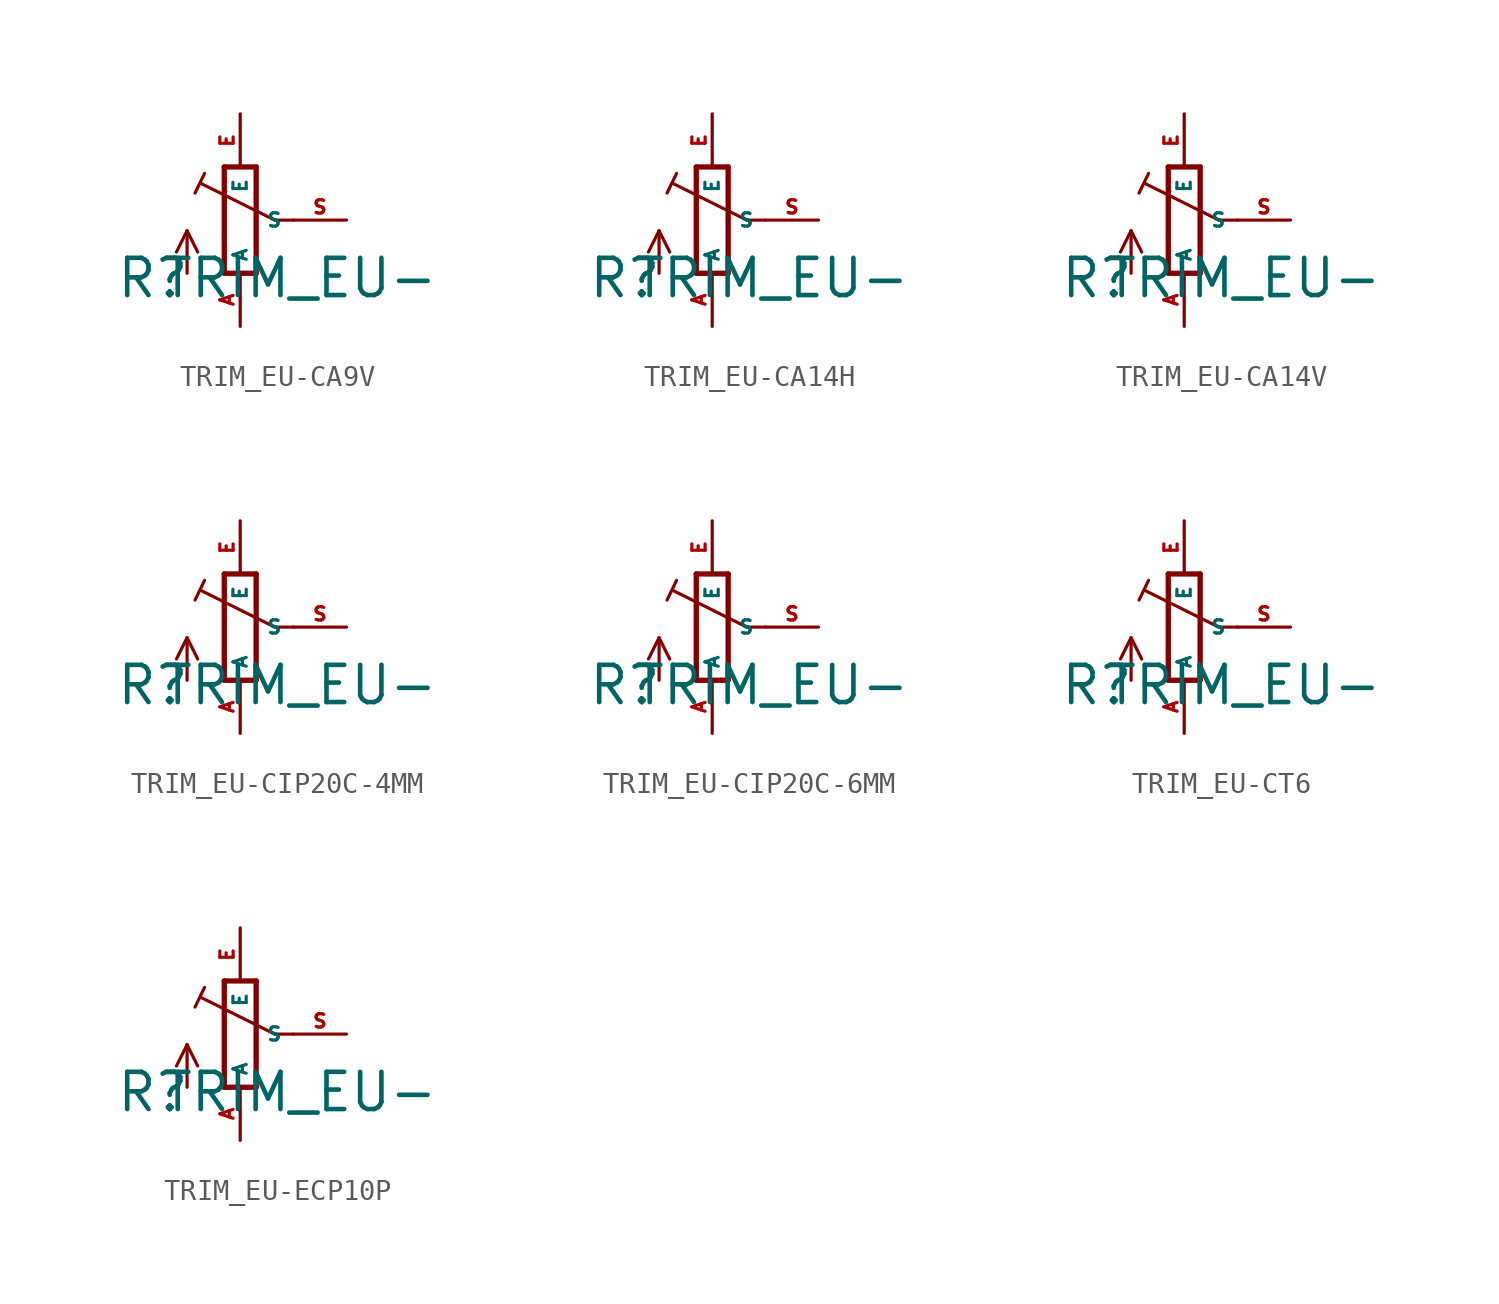
<source format=kicad_sym>
(kicad_symbol_lib
  (version 20220914)
  (generator Eagle2Kicad)
  (symbol "TRIM_EU-CA9V"
    (property "Reference" "R"
      (at -5.969 -3.81 0)
      (effects (font (size 1.778 1.778) (thickness 0.22)) (justify left bottom)))
    (property "Value" "TRIM_EU-"
      (at -3.81 -3.81 0)
      (effects (font (size 1.778 1.778) (thickness 0.22)) (justify left bottom)))
    (polyline
      (pts (xy -0.762 2.54) (xy -0.762 -2.54))
      (stroke (width 0.254) (type default))
      (fill (type none)))
    (polyline
      (pts (xy 0.762 -2.54) (xy 0.762 2.54))
      (stroke (width 0.254) (type default))
      (fill (type none)))
    (polyline
      (pts (xy 2.54 0) (xy 1.651 0))
      (stroke (width 0.152) (type default))
      (fill (type none)))
    (polyline
      (pts (xy 1.651 0) (xy -1.88 1.753))
      (stroke (width 0.152) (type default))
      (fill (type none)))
    (polyline
      (pts (xy 0.762 2.54) (xy -0.762 2.54))
      (stroke (width 0.254) (type default))
      (fill (type none)))
    (polyline
      (pts (xy -0.762 -2.54) (xy 0.762 -2.54))
      (stroke (width 0.254) (type default))
      (fill (type none)))
    (polyline
      (pts (xy -2.54 -2.54) (xy -2.54 -0.508))
      (stroke (width 0.152) (type default))
      (fill (type none)))
    (polyline
      (pts (xy -2.54 -0.508) (xy -3.048 -1.524))
      (stroke (width 0.152) (type default))
      (fill (type none)))
    (polyline
      (pts (xy -2.54 -0.508) (xy -2.032 -1.524))
      (stroke (width 0.152) (type default))
      (fill (type none)))
    (polyline
      (pts (xy -2.16 1.294) (xy -1.702 2.235))
      (stroke (width 0.152) (type default))
      (fill (type none)))
    (pin passive line
      (at 0 -5.08 90)
      (length 2.54)
      (name "A" (effects (font (size 0.635 0.635) (thickness 0.08)) (justify left bottom)))
      (number "A" (effects (font (size 0.635 0.635) (thickness 0.08)) (justify left bottom))))
    (pin passive line
      (at 0 5.08 270)
      (length 2.54)
      (name "E" (effects (font (size 0.635 0.635) (thickness 0.08)) (justify left bottom)))
      (number "E" (effects (font (size 0.635 0.635) (thickness 0.08)) (justify left bottom))))
    (pin passive line
      (at 5.08 0 180)
      (length 2.54)
      (name "S" (effects (font (size 0.635 0.635) (thickness 0.08)) (justify left bottom)))
      (number "S" (effects (font (size 0.635 0.635) (thickness 0.08)) (justify left bottom)))))
  (symbol "TRIM_EU-CA14H"
    (property "Reference" "R"
      (at -5.969 -3.81 0)
      (effects (font (size 1.778 1.778) (thickness 0.22)) (justify left bottom)))
    (property "Value" "TRIM_EU-"
      (at -3.81 -3.81 0)
      (effects (font (size 1.778 1.778) (thickness 0.22)) (justify left bottom)))
    (polyline
      (pts (xy -0.762 2.54) (xy -0.762 -2.54))
      (stroke (width 0.254) (type default))
      (fill (type none)))
    (polyline
      (pts (xy 0.762 -2.54) (xy 0.762 2.54))
      (stroke (width 0.254) (type default))
      (fill (type none)))
    (polyline
      (pts (xy 2.54 0) (xy 1.651 0))
      (stroke (width 0.152) (type default))
      (fill (type none)))
    (polyline
      (pts (xy 1.651 0) (xy -1.88 1.753))
      (stroke (width 0.152) (type default))
      (fill (type none)))
    (polyline
      (pts (xy 0.762 2.54) (xy -0.762 2.54))
      (stroke (width 0.254) (type default))
      (fill (type none)))
    (polyline
      (pts (xy -0.762 -2.54) (xy 0.762 -2.54))
      (stroke (width 0.254) (type default))
      (fill (type none)))
    (polyline
      (pts (xy -2.54 -2.54) (xy -2.54 -0.508))
      (stroke (width 0.152) (type default))
      (fill (type none)))
    (polyline
      (pts (xy -2.54 -0.508) (xy -3.048 -1.524))
      (stroke (width 0.152) (type default))
      (fill (type none)))
    (polyline
      (pts (xy -2.54 -0.508) (xy -2.032 -1.524))
      (stroke (width 0.152) (type default))
      (fill (type none)))
    (polyline
      (pts (xy -2.16 1.294) (xy -1.702 2.235))
      (stroke (width 0.152) (type default))
      (fill (type none)))
    (pin passive line
      (at 0 -5.08 90)
      (length 2.54)
      (name "A" (effects (font (size 0.635 0.635) (thickness 0.08)) (justify left bottom)))
      (number "A" (effects (font (size 0.635 0.635) (thickness 0.08)) (justify left bottom))))
    (pin passive line
      (at 0 5.08 270)
      (length 2.54)
      (name "E" (effects (font (size 0.635 0.635) (thickness 0.08)) (justify left bottom)))
      (number "E" (effects (font (size 0.635 0.635) (thickness 0.08)) (justify left bottom))))
    (pin passive line
      (at 5.08 0 180)
      (length 2.54)
      (name "S" (effects (font (size 0.635 0.635) (thickness 0.08)) (justify left bottom)))
      (number "S" (effects (font (size 0.635 0.635) (thickness 0.08)) (justify left bottom)))))
  (symbol "TRIM_EU-CA14V"
    (property "Reference" "R"
      (at -5.969 -3.81 0)
      (effects (font (size 1.778 1.778) (thickness 0.22)) (justify left bottom)))
    (property "Value" "TRIM_EU-"
      (at -3.81 -3.81 0)
      (effects (font (size 1.778 1.778) (thickness 0.22)) (justify left bottom)))
    (polyline
      (pts (xy -0.762 2.54) (xy -0.762 -2.54))
      (stroke (width 0.254) (type default))
      (fill (type none)))
    (polyline
      (pts (xy 0.762 -2.54) (xy 0.762 2.54))
      (stroke (width 0.254) (type default))
      (fill (type none)))
    (polyline
      (pts (xy 2.54 0) (xy 1.651 0))
      (stroke (width 0.152) (type default))
      (fill (type none)))
    (polyline
      (pts (xy 1.651 0) (xy -1.88 1.753))
      (stroke (width 0.152) (type default))
      (fill (type none)))
    (polyline
      (pts (xy 0.762 2.54) (xy -0.762 2.54))
      (stroke (width 0.254) (type default))
      (fill (type none)))
    (polyline
      (pts (xy -0.762 -2.54) (xy 0.762 -2.54))
      (stroke (width 0.254) (type default))
      (fill (type none)))
    (polyline
      (pts (xy -2.54 -2.54) (xy -2.54 -0.508))
      (stroke (width 0.152) (type default))
      (fill (type none)))
    (polyline
      (pts (xy -2.54 -0.508) (xy -3.048 -1.524))
      (stroke (width 0.152) (type default))
      (fill (type none)))
    (polyline
      (pts (xy -2.54 -0.508) (xy -2.032 -1.524))
      (stroke (width 0.152) (type default))
      (fill (type none)))
    (polyline
      (pts (xy -2.16 1.294) (xy -1.702 2.235))
      (stroke (width 0.152) (type default))
      (fill (type none)))
    (pin passive line
      (at 0 -5.08 90)
      (length 2.54)
      (name "A" (effects (font (size 0.635 0.635) (thickness 0.08)) (justify left bottom)))
      (number "A" (effects (font (size 0.635 0.635) (thickness 0.08)) (justify left bottom))))
    (pin passive line
      (at 0 5.08 270)
      (length 2.54)
      (name "E" (effects (font (size 0.635 0.635) (thickness 0.08)) (justify left bottom)))
      (number "E" (effects (font (size 0.635 0.635) (thickness 0.08)) (justify left bottom))))
    (pin passive line
      (at 5.08 0 180)
      (length 2.54)
      (name "S" (effects (font (size 0.635 0.635) (thickness 0.08)) (justify left bottom)))
      (number "S" (effects (font (size 0.635 0.635) (thickness 0.08)) (justify left bottom)))))
  (symbol "TRIM_EU-CIP20C-4MM"
    (property "Reference" "R"
      (at -5.969 -3.81 0)
      (effects (font (size 1.778 1.778) (thickness 0.22)) (justify left bottom)))
    (property "Value" "TRIM_EU-"
      (at -3.81 -3.81 0)
      (effects (font (size 1.778 1.778) (thickness 0.22)) (justify left bottom)))
    (polyline
      (pts (xy -0.762 2.54) (xy -0.762 -2.54))
      (stroke (width 0.254) (type default))
      (fill (type none)))
    (polyline
      (pts (xy 0.762 -2.54) (xy 0.762 2.54))
      (stroke (width 0.254) (type default))
      (fill (type none)))
    (polyline
      (pts (xy 2.54 0) (xy 1.651 0))
      (stroke (width 0.152) (type default))
      (fill (type none)))
    (polyline
      (pts (xy 1.651 0) (xy -1.88 1.753))
      (stroke (width 0.152) (type default))
      (fill (type none)))
    (polyline
      (pts (xy 0.762 2.54) (xy -0.762 2.54))
      (stroke (width 0.254) (type default))
      (fill (type none)))
    (polyline
      (pts (xy -0.762 -2.54) (xy 0.762 -2.54))
      (stroke (width 0.254) (type default))
      (fill (type none)))
    (polyline
      (pts (xy -2.54 -2.54) (xy -2.54 -0.508))
      (stroke (width 0.152) (type default))
      (fill (type none)))
    (polyline
      (pts (xy -2.54 -0.508) (xy -3.048 -1.524))
      (stroke (width 0.152) (type default))
      (fill (type none)))
    (polyline
      (pts (xy -2.54 -0.508) (xy -2.032 -1.524))
      (stroke (width 0.152) (type default))
      (fill (type none)))
    (polyline
      (pts (xy -2.16 1.294) (xy -1.702 2.235))
      (stroke (width 0.152) (type default))
      (fill (type none)))
    (pin passive line
      (at 0 -5.08 90)
      (length 2.54)
      (name "A" (effects (font (size 0.635 0.635) (thickness 0.08)) (justify left bottom)))
      (number "A" (effects (font (size 0.635 0.635) (thickness 0.08)) (justify left bottom))))
    (pin passive line
      (at 0 5.08 270)
      (length 2.54)
      (name "E" (effects (font (size 0.635 0.635) (thickness 0.08)) (justify left bottom)))
      (number "E" (effects (font (size 0.635 0.635) (thickness 0.08)) (justify left bottom))))
    (pin passive line
      (at 5.08 0 180)
      (length 2.54)
      (name "S" (effects (font (size 0.635 0.635) (thickness 0.08)) (justify left bottom)))
      (number "S" (effects (font (size 0.635 0.635) (thickness 0.08)) (justify left bottom)))))
  (symbol "TRIM_EU-CIP20C-6MM"
    (property "Reference" "R"
      (at -5.969 -3.81 0)
      (effects (font (size 1.778 1.778) (thickness 0.22)) (justify left bottom)))
    (property "Value" "TRIM_EU-"
      (at -3.81 -3.81 0)
      (effects (font (size 1.778 1.778) (thickness 0.22)) (justify left bottom)))
    (polyline
      (pts (xy -0.762 2.54) (xy -0.762 -2.54))
      (stroke (width 0.254) (type default))
      (fill (type none)))
    (polyline
      (pts (xy 0.762 -2.54) (xy 0.762 2.54))
      (stroke (width 0.254) (type default))
      (fill (type none)))
    (polyline
      (pts (xy 2.54 0) (xy 1.651 0))
      (stroke (width 0.152) (type default))
      (fill (type none)))
    (polyline
      (pts (xy 1.651 0) (xy -1.88 1.753))
      (stroke (width 0.152) (type default))
      (fill (type none)))
    (polyline
      (pts (xy 0.762 2.54) (xy -0.762 2.54))
      (stroke (width 0.254) (type default))
      (fill (type none)))
    (polyline
      (pts (xy -0.762 -2.54) (xy 0.762 -2.54))
      (stroke (width 0.254) (type default))
      (fill (type none)))
    (polyline
      (pts (xy -2.54 -2.54) (xy -2.54 -0.508))
      (stroke (width 0.152) (type default))
      (fill (type none)))
    (polyline
      (pts (xy -2.54 -0.508) (xy -3.048 -1.524))
      (stroke (width 0.152) (type default))
      (fill (type none)))
    (polyline
      (pts (xy -2.54 -0.508) (xy -2.032 -1.524))
      (stroke (width 0.152) (type default))
      (fill (type none)))
    (polyline
      (pts (xy -2.16 1.294) (xy -1.702 2.235))
      (stroke (width 0.152) (type default))
      (fill (type none)))
    (pin passive line
      (at 0 -5.08 90)
      (length 2.54)
      (name "A" (effects (font (size 0.635 0.635) (thickness 0.08)) (justify left bottom)))
      (number "A" (effects (font (size 0.635 0.635) (thickness 0.08)) (justify left bottom))))
    (pin passive line
      (at 0 5.08 270)
      (length 2.54)
      (name "E" (effects (font (size 0.635 0.635) (thickness 0.08)) (justify left bottom)))
      (number "E" (effects (font (size 0.635 0.635) (thickness 0.08)) (justify left bottom))))
    (pin passive line
      (at 5.08 0 180)
      (length 2.54)
      (name "S" (effects (font (size 0.635 0.635) (thickness 0.08)) (justify left bottom)))
      (number "S" (effects (font (size 0.635 0.635) (thickness 0.08)) (justify left bottom)))))
  (symbol "TRIM_EU-CT6"
    (property "Reference" "R"
      (at -5.969 -3.81 0)
      (effects (font (size 1.778 1.778) (thickness 0.22)) (justify left bottom)))
    (property "Value" "TRIM_EU-"
      (at -3.81 -3.81 0)
      (effects (font (size 1.778 1.778) (thickness 0.22)) (justify left bottom)))
    (polyline
      (pts (xy -0.762 2.54) (xy -0.762 -2.54))
      (stroke (width 0.254) (type default))
      (fill (type none)))
    (polyline
      (pts (xy 0.762 -2.54) (xy 0.762 2.54))
      (stroke (width 0.254) (type default))
      (fill (type none)))
    (polyline
      (pts (xy 2.54 0) (xy 1.651 0))
      (stroke (width 0.152) (type default))
      (fill (type none)))
    (polyline
      (pts (xy 1.651 0) (xy -1.88 1.753))
      (stroke (width 0.152) (type default))
      (fill (type none)))
    (polyline
      (pts (xy 0.762 2.54) (xy -0.762 2.54))
      (stroke (width 0.254) (type default))
      (fill (type none)))
    (polyline
      (pts (xy -0.762 -2.54) (xy 0.762 -2.54))
      (stroke (width 0.254) (type default))
      (fill (type none)))
    (polyline
      (pts (xy -2.54 -2.54) (xy -2.54 -0.508))
      (stroke (width 0.152) (type default))
      (fill (type none)))
    (polyline
      (pts (xy -2.54 -0.508) (xy -3.048 -1.524))
      (stroke (width 0.152) (type default))
      (fill (type none)))
    (polyline
      (pts (xy -2.54 -0.508) (xy -2.032 -1.524))
      (stroke (width 0.152) (type default))
      (fill (type none)))
    (polyline
      (pts (xy -2.16 1.294) (xy -1.702 2.235))
      (stroke (width 0.152) (type default))
      (fill (type none)))
    (pin passive line
      (at 0 -5.08 90)
      (length 2.54)
      (name "A" (effects (font (size 0.635 0.635) (thickness 0.08)) (justify left bottom)))
      (number "A" (effects (font (size 0.635 0.635) (thickness 0.08)) (justify left bottom))))
    (pin passive line
      (at 0 5.08 270)
      (length 2.54)
      (name "E" (effects (font (size 0.635 0.635) (thickness 0.08)) (justify left bottom)))
      (number "E" (effects (font (size 0.635 0.635) (thickness 0.08)) (justify left bottom))))
    (pin passive line
      (at 5.08 0 180)
      (length 2.54)
      (name "S" (effects (font (size 0.635 0.635) (thickness 0.08)) (justify left bottom)))
      (number "S" (effects (font (size 0.635 0.635) (thickness 0.08)) (justify left bottom)))))
  (symbol "TRIM_EU-ECP10P"
    (property "Reference" "R"
      (at -5.969 -3.81 0)
      (effects (font (size 1.778 1.778) (thickness 0.22)) (justify left bottom)))
    (property "Value" "TRIM_EU-"
      (at -3.81 -3.81 0)
      (effects (font (size 1.778 1.778) (thickness 0.22)) (justify left bottom)))
    (polyline
      (pts (xy -0.762 2.54) (xy -0.762 -2.54))
      (stroke (width 0.254) (type default))
      (fill (type none)))
    (polyline
      (pts (xy 0.762 -2.54) (xy 0.762 2.54))
      (stroke (width 0.254) (type default))
      (fill (type none)))
    (polyline
      (pts (xy 2.54 0) (xy 1.651 0))
      (stroke (width 0.152) (type default))
      (fill (type none)))
    (polyline
      (pts (xy 1.651 0) (xy -1.88 1.753))
      (stroke (width 0.152) (type default))
      (fill (type none)))
    (polyline
      (pts (xy 0.762 2.54) (xy -0.762 2.54))
      (stroke (width 0.254) (type default))
      (fill (type none)))
    (polyline
      (pts (xy -0.762 -2.54) (xy 0.762 -2.54))
      (stroke (width 0.254) (type default))
      (fill (type none)))
    (polyline
      (pts (xy -2.54 -2.54) (xy -2.54 -0.508))
      (stroke (width 0.152) (type default))
      (fill (type none)))
    (polyline
      (pts (xy -2.54 -0.508) (xy -3.048 -1.524))
      (stroke (width 0.152) (type default))
      (fill (type none)))
    (polyline
      (pts (xy -2.54 -0.508) (xy -2.032 -1.524))
      (stroke (width 0.152) (type default))
      (fill (type none)))
    (polyline
      (pts (xy -2.16 1.294) (xy -1.702 2.235))
      (stroke (width 0.152) (type default))
      (fill (type none)))
    (pin passive line
      (at 0 -5.08 90)
      (length 2.54)
      (name "A" (effects (font (size 0.635 0.635) (thickness 0.08)) (justify left bottom)))
      (number "A" (effects (font (size 0.635 0.635) (thickness 0.08)) (justify left bottom))))
    (pin passive line
      (at 0 5.08 270)
      (length 2.54)
      (name "E" (effects (font (size 0.635 0.635) (thickness 0.08)) (justify left bottom)))
      (number "E" (effects (font (size 0.635 0.635) (thickness 0.08)) (justify left bottom))))
    (pin passive line
      (at 5.08 0 180)
      (length 2.54)
      (name "S" (effects (font (size 0.635 0.635) (thickness 0.08)) (justify left bottom)))
      (number "S" (effects (font (size 0.635 0.635) (thickness 0.08)) (justify left bottom))))))
</source>
